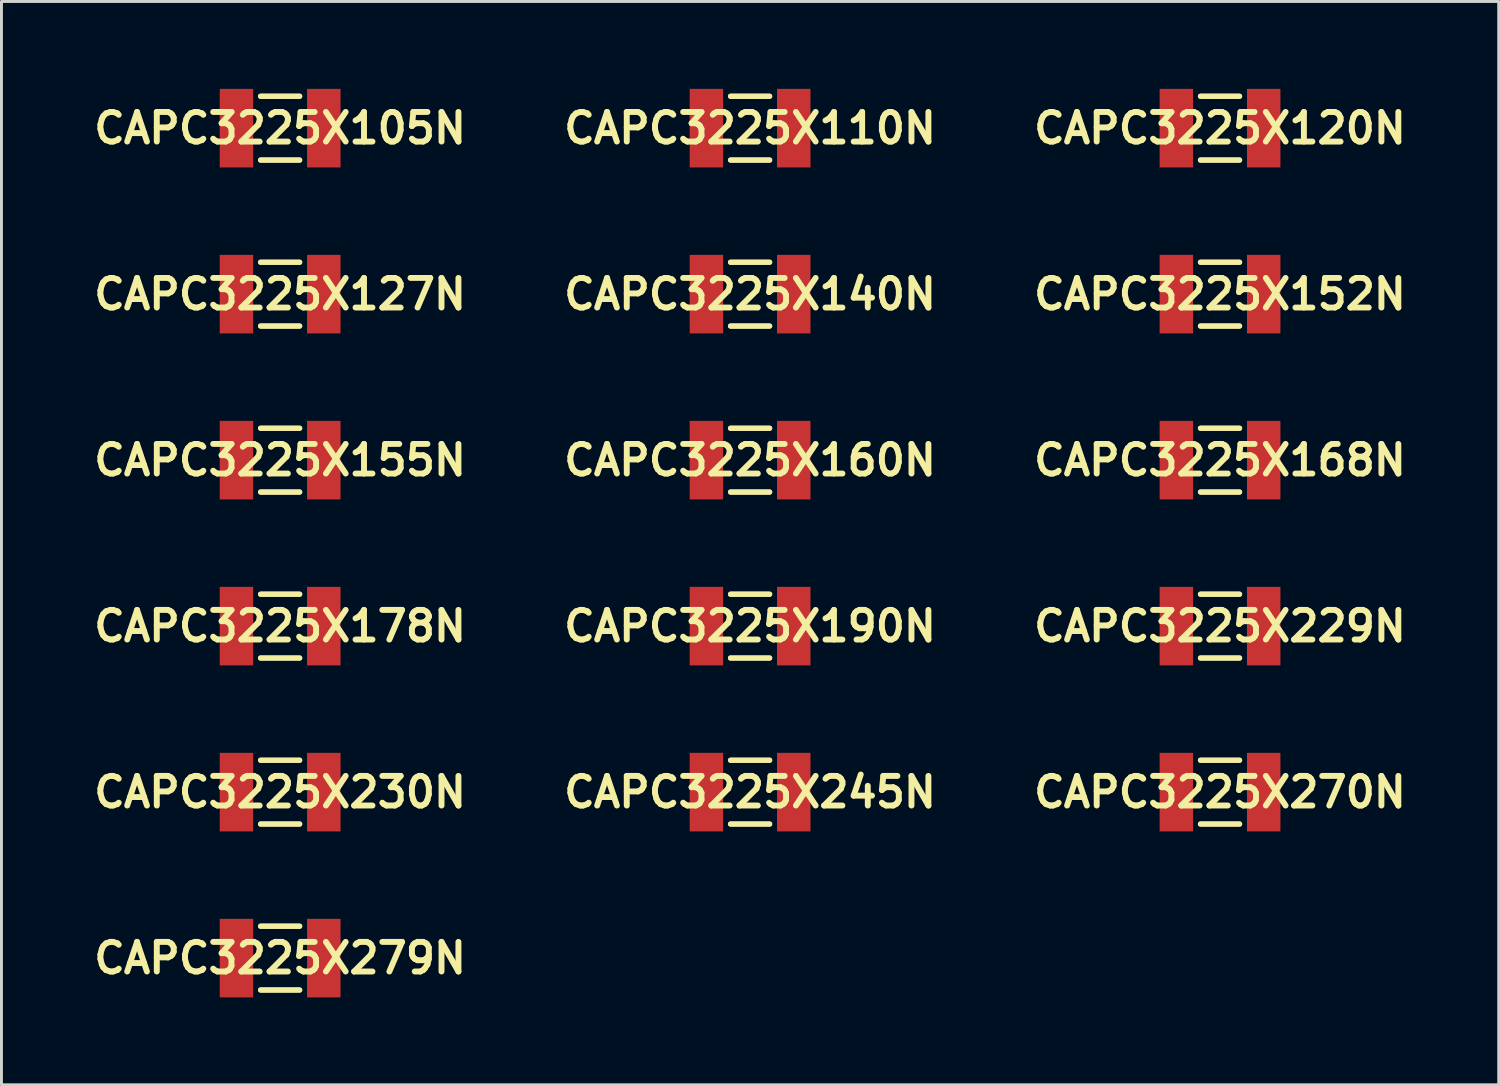
<source format=kicad_pcb>
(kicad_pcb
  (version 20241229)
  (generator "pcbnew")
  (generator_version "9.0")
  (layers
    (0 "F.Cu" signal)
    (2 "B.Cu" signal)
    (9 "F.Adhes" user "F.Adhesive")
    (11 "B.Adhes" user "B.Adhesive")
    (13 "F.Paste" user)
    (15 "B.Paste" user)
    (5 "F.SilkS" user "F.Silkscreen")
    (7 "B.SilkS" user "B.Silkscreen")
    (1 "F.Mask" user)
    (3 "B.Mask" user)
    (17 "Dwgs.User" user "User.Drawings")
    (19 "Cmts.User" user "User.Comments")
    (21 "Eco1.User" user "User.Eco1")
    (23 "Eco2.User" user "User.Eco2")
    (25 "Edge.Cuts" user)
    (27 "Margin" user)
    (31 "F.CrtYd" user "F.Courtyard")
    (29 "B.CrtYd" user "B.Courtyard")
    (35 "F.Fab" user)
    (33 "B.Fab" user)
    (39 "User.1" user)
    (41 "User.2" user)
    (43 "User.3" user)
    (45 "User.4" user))
  (footprint "CAPC3225X245N"
    (layer "F.Cu")
    (at 22.696 24.139)
    (property "Reference" "CAPC3225X245N" (at 0 0 0) (layer "F.SilkS") (effects (font (size 1.016 1.016) (thickness 0.203))))
    (attr smd)
    (fp_line (start -0.671 -1.095) (end 0.671 -1.095) (stroke (width 0.178) (type solid)) (layer "F.SilkS"))
    (fp_line (start -0.671 1.095) (end 0.671 1.095) (stroke (width 0.178) (type solid)) (layer "F.SilkS"))
    (fp_line (start 0.671 -1.095) (end -0.671 -1.095) (stroke (width 0.178) (type solid)) (layer "F.SilkS"))
    (fp_line (start 0.671 1.095) (end -0.671 1.095) (stroke (width 0.178) (type solid)) (layer "F.SilkS"))
    (pad "1" smd rect (at -1.499 0) (size 1.148 2.697) (layers "F.Cu" "F.Mask" "F.Paste"))
    (pad "2" smd rect (at 1.499 0) (size 1.148 2.697) (layers "F.Cu" "F.Mask" "F.Paste")))
  (footprint "CAPC3225X168N"
    (layer "F.Cu")
    (at 38.826 12.744)
    (property "Reference" "CAPC3225X168N" (at 0 0 0) (layer "F.SilkS") (effects (font (size 1.016 1.016) (thickness 0.203))))
    (attr smd)
    (fp_line (start -0.671 -1.095) (end 0.671 -1.095) (stroke (width 0.178) (type solid)) (layer "F.SilkS"))
    (fp_line (start -0.671 1.095) (end 0.671 1.095) (stroke (width 0.178) (type solid)) (layer "F.SilkS"))
    (fp_line (start 0.671 -1.095) (end -0.671 -1.095) (stroke (width 0.178) (type solid)) (layer "F.SilkS"))
    (fp_line (start 0.671 1.095) (end -0.671 1.095) (stroke (width 0.178) (type solid)) (layer "F.SilkS"))
    (pad "1" smd rect (at -1.499 0) (size 1.148 2.697) (layers "F.Cu" "F.Mask" "F.Paste"))
    (pad "2" smd rect (at 1.499 0) (size 1.148 2.697) (layers "F.Cu" "F.Mask" "F.Paste")))
  (footprint "CAPC3225X178N"
    (layer "F.Cu")
    (at 6.565 18.441)
    (property "Reference" "CAPC3225X178N" (at 0 0 0) (layer "F.SilkS") (effects (font (size 1.016 1.016) (thickness 0.203))))
    (attr smd)
    (fp_line (start -0.671 -1.095) (end 0.671 -1.095) (stroke (width 0.178) (type solid)) (layer "F.SilkS"))
    (fp_line (start -0.671 1.095) (end 0.671 1.095) (stroke (width 0.178) (type solid)) (layer "F.SilkS"))
    (fp_line (start 0.671 -1.095) (end -0.671 -1.095) (stroke (width 0.178) (type solid)) (layer "F.SilkS"))
    (fp_line (start 0.671 1.095) (end -0.671 1.095) (stroke (width 0.178) (type solid)) (layer "F.SilkS"))
    (pad "1" smd rect (at -1.499 0) (size 1.148 2.697) (layers "F.Cu" "F.Mask" "F.Paste"))
    (pad "2" smd rect (at 1.499 0) (size 1.148 2.697) (layers "F.Cu" "F.Mask" "F.Paste")))
  (footprint "CAPC3225X155N"
    (layer "F.Cu")
    (at 6.565 12.744)
    (property "Reference" "CAPC3225X155N" (at 0 0 0) (layer "F.SilkS") (effects (font (size 1.016 1.016) (thickness 0.203))))
    (attr smd)
    (fp_line (start -0.671 -1.095) (end 0.671 -1.095) (stroke (width 0.178) (type solid)) (layer "F.SilkS"))
    (fp_line (start -0.671 1.095) (end 0.671 1.095) (stroke (width 0.178) (type solid)) (layer "F.SilkS"))
    (fp_line (start 0.671 -1.095) (end -0.671 -1.095) (stroke (width 0.178) (type solid)) (layer "F.SilkS"))
    (fp_line (start 0.671 1.095) (end -0.671 1.095) (stroke (width 0.178) (type solid)) (layer "F.SilkS"))
    (pad "1" smd rect (at -1.499 0) (size 1.148 2.697) (layers "F.Cu" "F.Mask" "F.Paste"))
    (pad "2" smd rect (at 1.499 0) (size 1.148 2.697) (layers "F.Cu" "F.Mask" "F.Paste")))
  (footprint "CAPC3225X152N"
    (layer "F.Cu")
    (at 38.826 7.046)
    (property "Reference" "CAPC3225X152N" (at 0 0 0) (layer "F.SilkS") (effects (font (size 1.016 1.016) (thickness 0.203))))
    (attr smd)
    (fp_line (start -0.671 -1.095) (end 0.671 -1.095) (stroke (width 0.178) (type solid)) (layer "F.SilkS"))
    (fp_line (start -0.671 1.095) (end 0.671 1.095) (stroke (width 0.178) (type solid)) (layer "F.SilkS"))
    (fp_line (start 0.671 -1.095) (end -0.671 -1.095) (stroke (width 0.178) (type solid)) (layer "F.SilkS"))
    (fp_line (start 0.671 1.095) (end -0.671 1.095) (stroke (width 0.178) (type solid)) (layer "F.SilkS"))
    (pad "1" smd rect (at -1.499 0) (size 1.148 2.697) (layers "F.Cu" "F.Mask" "F.Paste"))
    (pad "2" smd rect (at 1.499 0) (size 1.148 2.697) (layers "F.Cu" "F.Mask" "F.Paste")))
  (footprint "CAPC3225X190N"
    (layer "F.Cu")
    (at 22.696 18.441)
    (property "Reference" "CAPC3225X190N" (at 0 0 0) (layer "F.SilkS") (effects (font (size 1.016 1.016) (thickness 0.203))))
    (attr smd)
    (fp_line (start -0.671 -1.095) (end 0.671 -1.095) (stroke (width 0.178) (type solid)) (layer "F.SilkS"))
    (fp_line (start -0.671 1.095) (end 0.671 1.095) (stroke (width 0.178) (type solid)) (layer "F.SilkS"))
    (fp_line (start 0.671 -1.095) (end -0.671 -1.095) (stroke (width 0.178) (type solid)) (layer "F.SilkS"))
    (fp_line (start 0.671 1.095) (end -0.671 1.095) (stroke (width 0.178) (type solid)) (layer "F.SilkS"))
    (pad "1" smd rect (at -1.499 0) (size 1.148 2.697) (layers "F.Cu" "F.Mask" "F.Paste"))
    (pad "2" smd rect (at 1.499 0) (size 1.148 2.697) (layers "F.Cu" "F.Mask" "F.Paste")))
  (footprint "CAPC3225X105N"
    (layer "F.Cu")
    (at 6.565 1.349)
    (property "Reference" "CAPC3225X105N" (at 0 0 0) (layer "F.SilkS") (effects (font (size 1.016 1.016) (thickness 0.203))))
    (attr smd)
    (fp_line (start -0.671 -1.095) (end 0.671 -1.095) (stroke (width 0.178) (type solid)) (layer "F.SilkS"))
    (fp_line (start -0.671 1.095) (end 0.671 1.095) (stroke (width 0.178) (type solid)) (layer "F.SilkS"))
    (fp_line (start 0.671 -1.095) (end -0.671 -1.095) (stroke (width 0.178) (type solid)) (layer "F.SilkS"))
    (fp_line (start 0.671 1.095) (end -0.671 1.095) (stroke (width 0.178) (type solid)) (layer "F.SilkS"))
    (pad "1" smd rect (at -1.499 0) (size 1.148 2.697) (layers "F.Cu" "F.Mask" "F.Paste"))
    (pad "2" smd rect (at 1.499 0) (size 1.148 2.697) (layers "F.Cu" "F.Mask" "F.Paste")))
  (footprint "CAPC3225X230N"
    (layer "F.Cu")
    (at 6.565 24.139)
    (property "Reference" "CAPC3225X230N" (at 0 0 0) (layer "F.SilkS") (effects (font (size 1.016 1.016) (thickness 0.203))))
    (attr smd)
    (fp_line (start -0.671 -1.095) (end 0.671 -1.095) (stroke (width 0.178) (type solid)) (layer "F.SilkS"))
    (fp_line (start -0.671 1.095) (end 0.671 1.095) (stroke (width 0.178) (type solid)) (layer "F.SilkS"))
    (fp_line (start 0.671 -1.095) (end -0.671 -1.095) (stroke (width 0.178) (type solid)) (layer "F.SilkS"))
    (fp_line (start 0.671 1.095) (end -0.671 1.095) (stroke (width 0.178) (type solid)) (layer "F.SilkS"))
    (pad "1" smd rect (at -1.499 0) (size 1.148 2.697) (layers "F.Cu" "F.Mask" "F.Paste"))
    (pad "2" smd rect (at 1.499 0) (size 1.148 2.697) (layers "F.Cu" "F.Mask" "F.Paste")))
  (footprint "CAPC3225X127N"
    (layer "F.Cu")
    (at 6.565 7.046)
    (property "Reference" "CAPC3225X127N" (at 0 0 0) (layer "F.SilkS") (effects (font (size 1.016 1.016) (thickness 0.203))))
    (attr smd)
    (fp_line (start -0.671 -1.095) (end 0.671 -1.095) (stroke (width 0.178) (type solid)) (layer "F.SilkS"))
    (fp_line (start -0.671 1.095) (end 0.671 1.095) (stroke (width 0.178) (type solid)) (layer "F.SilkS"))
    (fp_line (start 0.671 -1.095) (end -0.671 -1.095) (stroke (width 0.178) (type solid)) (layer "F.SilkS"))
    (fp_line (start 0.671 1.095) (end -0.671 1.095) (stroke (width 0.178) (type solid)) (layer "F.SilkS"))
    (pad "1" smd rect (at -1.499 0) (size 1.148 2.697) (layers "F.Cu" "F.Mask" "F.Paste"))
    (pad "2" smd rect (at 1.499 0) (size 1.148 2.697) (layers "F.Cu" "F.Mask" "F.Paste")))
  (footprint "CAPC3225X160N"
    (layer "F.Cu")
    (at 22.696 12.744)
    (property "Reference" "CAPC3225X160N" (at 0 0 0) (layer "F.SilkS") (effects (font (size 1.016 1.016) (thickness 0.203))))
    (attr smd)
    (fp_line (start -0.671 -1.095) (end 0.671 -1.095) (stroke (width 0.178) (type solid)) (layer "F.SilkS"))
    (fp_line (start -0.671 1.095) (end 0.671 1.095) (stroke (width 0.178) (type solid)) (layer "F.SilkS"))
    (fp_line (start 0.671 -1.095) (end -0.671 -1.095) (stroke (width 0.178) (type solid)) (layer "F.SilkS"))
    (fp_line (start 0.671 1.095) (end -0.671 1.095) (stroke (width 0.178) (type solid)) (layer "F.SilkS"))
    (pad "1" smd rect (at -1.499 0) (size 1.148 2.697) (layers "F.Cu" "F.Mask" "F.Paste"))
    (pad "2" smd rect (at 1.499 0) (size 1.148 2.697) (layers "F.Cu" "F.Mask" "F.Paste")))
  (footprint "CAPC3225X110N"
    (layer "F.Cu")
    (at 22.696 1.349)
    (property "Reference" "CAPC3225X110N" (at 0 0 0) (layer "F.SilkS") (effects (font (size 1.016 1.016) (thickness 0.203))))
    (attr smd)
    (fp_line (start -0.671 -1.095) (end 0.671 -1.095) (stroke (width 0.178) (type solid)) (layer "F.SilkS"))
    (fp_line (start -0.671 1.095) (end 0.671 1.095) (stroke (width 0.178) (type solid)) (layer "F.SilkS"))
    (fp_line (start 0.671 -1.095) (end -0.671 -1.095) (stroke (width 0.178) (type solid)) (layer "F.SilkS"))
    (fp_line (start 0.671 1.095) (end -0.671 1.095) (stroke (width 0.178) (type solid)) (layer "F.SilkS"))
    (pad "1" smd rect (at -1.499 0) (size 1.148 2.697) (layers "F.Cu" "F.Mask" "F.Paste"))
    (pad "2" smd rect (at 1.499 0) (size 1.148 2.697) (layers "F.Cu" "F.Mask" "F.Paste")))
  (footprint "CAPC3225X279N"
    (layer "F.Cu")
    (at 6.565 29.836)
    (property "Reference" "CAPC3225X279N" (at 0 0 0) (layer "F.SilkS") (effects (font (size 1.016 1.016) (thickness 0.203))))
    (attr smd)
    (fp_line (start -0.671 -1.095) (end 0.671 -1.095) (stroke (width 0.178) (type solid)) (layer "F.SilkS"))
    (fp_line (start -0.671 1.095) (end 0.671 1.095) (stroke (width 0.178) (type solid)) (layer "F.SilkS"))
    (fp_line (start 0.671 -1.095) (end -0.671 -1.095) (stroke (width 0.178) (type solid)) (layer "F.SilkS"))
    (fp_line (start 0.671 1.095) (end -0.671 1.095) (stroke (width 0.178) (type solid)) (layer "F.SilkS"))
    (pad "1" smd rect (at -1.499 0) (size 1.148 2.697) (layers "F.Cu" "F.Mask" "F.Paste"))
    (pad "2" smd rect (at 1.499 0) (size 1.148 2.697) (layers "F.Cu" "F.Mask" "F.Paste")))
  (footprint "CAPC3225X120N"
    (layer "F.Cu")
    (at 38.826 1.349)
    (property "Reference" "CAPC3225X120N" (at 0 0 0) (layer "F.SilkS") (effects (font (size 1.016 1.016) (thickness 0.203))))
    (attr smd)
    (fp_line (start -0.671 -1.095) (end 0.671 -1.095) (stroke (width 0.178) (type solid)) (layer "F.SilkS"))
    (fp_line (start -0.671 1.095) (end 0.671 1.095) (stroke (width 0.178) (type solid)) (layer "F.SilkS"))
    (fp_line (start 0.671 -1.095) (end -0.671 -1.095) (stroke (width 0.178) (type solid)) (layer "F.SilkS"))
    (fp_line (start 0.671 1.095) (end -0.671 1.095) (stroke (width 0.178) (type solid)) (layer "F.SilkS"))
    (pad "1" smd rect (at -1.499 0) (size 1.148 2.697) (layers "F.Cu" "F.Mask" "F.Paste"))
    (pad "2" smd rect (at 1.499 0) (size 1.148 2.697) (layers "F.Cu" "F.Mask" "F.Paste")))
  (footprint "CAPC3225X229N"
    (layer "F.Cu")
    (at 38.826 18.441)
    (property "Reference" "CAPC3225X229N" (at 0 0 0) (layer "F.SilkS") (effects (font (size 1.016 1.016) (thickness 0.203))))
    (attr smd)
    (fp_line (start -0.671 -1.095) (end 0.671 -1.095) (stroke (width 0.178) (type solid)) (layer "F.SilkS"))
    (fp_line (start -0.671 1.095) (end 0.671 1.095) (stroke (width 0.178) (type solid)) (layer "F.SilkS"))
    (fp_line (start 0.671 -1.095) (end -0.671 -1.095) (stroke (width 0.178) (type solid)) (layer "F.SilkS"))
    (fp_line (start 0.671 1.095) (end -0.671 1.095) (stroke (width 0.178) (type solid)) (layer "F.SilkS"))
    (pad "1" smd rect (at -1.499 0) (size 1.148 2.697) (layers "F.Cu" "F.Mask" "F.Paste"))
    (pad "2" smd rect (at 1.499 0) (size 1.148 2.697) (layers "F.Cu" "F.Mask" "F.Paste")))
  (footprint "CAPC3225X140N"
    (layer "F.Cu")
    (at 22.696 7.046)
    (property "Reference" "CAPC3225X140N" (at 0 0 0) (layer "F.SilkS") (effects (font (size 1.016 1.016) (thickness 0.203))))
    (attr smd)
    (fp_line (start -0.671 -1.095) (end 0.671 -1.095) (stroke (width 0.178) (type solid)) (layer "F.SilkS"))
    (fp_line (start -0.671 1.095) (end 0.671 1.095) (stroke (width 0.178) (type solid)) (layer "F.SilkS"))
    (fp_line (start 0.671 -1.095) (end -0.671 -1.095) (stroke (width 0.178) (type solid)) (layer "F.SilkS"))
    (fp_line (start 0.671 1.095) (end -0.671 1.095) (stroke (width 0.178) (type solid)) (layer "F.SilkS"))
    (pad "1" smd rect (at -1.499 0) (size 1.148 2.697) (layers "F.Cu" "F.Mask" "F.Paste"))
    (pad "2" smd rect (at 1.499 0) (size 1.148 2.697) (layers "F.Cu" "F.Mask" "F.Paste")))
  (footprint "CAPC3225X270N"
    (layer "F.Cu")
    (at 38.826 24.139)
    (property "Reference" "CAPC3225X270N" (at 0 0 0) (layer "F.SilkS") (effects (font (size 1.016 1.016) (thickness 0.203))))
    (attr smd)
    (fp_line (start -0.671 -1.095) (end 0.671 -1.095) (stroke (width 0.178) (type solid)) (layer "F.SilkS"))
    (fp_line (start -0.671 1.095) (end 0.671 1.095) (stroke (width 0.178) (type solid)) (layer "F.SilkS"))
    (fp_line (start 0.671 -1.095) (end -0.671 -1.095) (stroke (width 0.178) (type solid)) (layer "F.SilkS"))
    (fp_line (start 0.671 1.095) (end -0.671 1.095) (stroke (width 0.178) (type solid)) (layer "F.SilkS"))
    (pad "1" smd rect (at -1.499 0) (size 1.148 2.697) (layers "F.Cu" "F.Mask" "F.Paste"))
    (pad "2" smd rect (at 1.499 0) (size 1.148 2.697) (layers "F.Cu" "F.Mask" "F.Paste")))
  (gr_rect
    (start -3 -3)
    (end 48.392 34.185)
    (stroke (width 0.1) (type default))
    (fill no)
    (layer "Edge.Cuts")))
</source>
